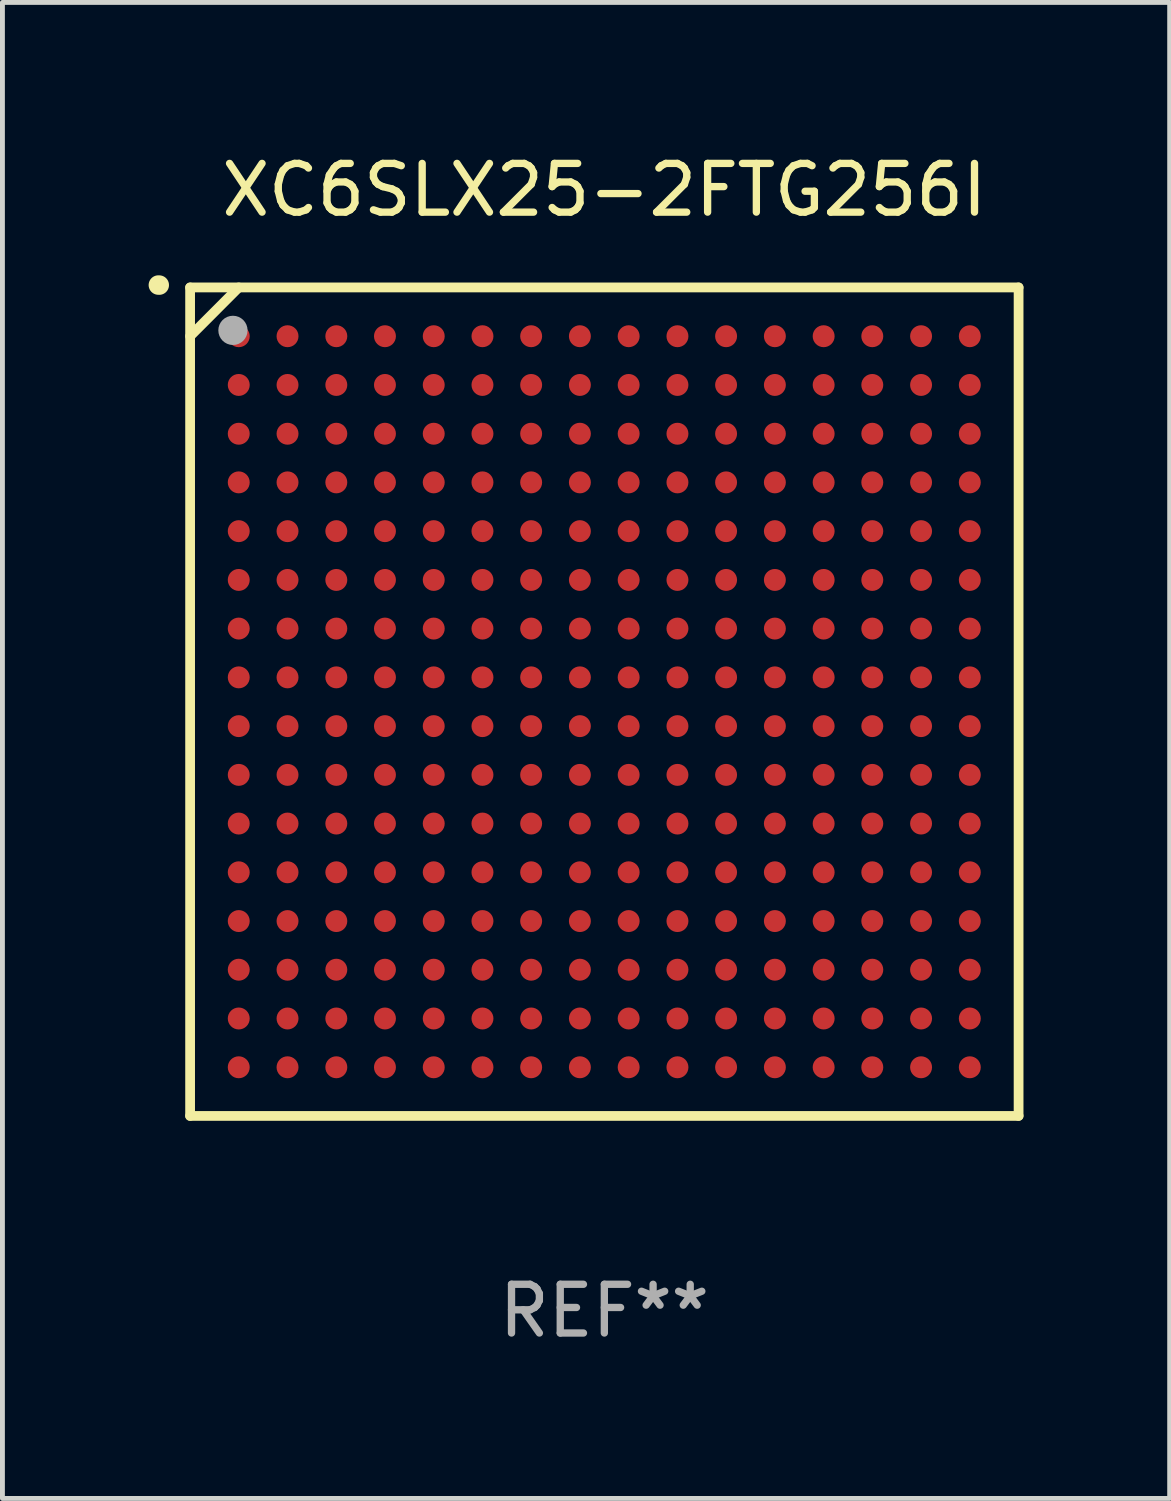
<source format=kicad_pcb>
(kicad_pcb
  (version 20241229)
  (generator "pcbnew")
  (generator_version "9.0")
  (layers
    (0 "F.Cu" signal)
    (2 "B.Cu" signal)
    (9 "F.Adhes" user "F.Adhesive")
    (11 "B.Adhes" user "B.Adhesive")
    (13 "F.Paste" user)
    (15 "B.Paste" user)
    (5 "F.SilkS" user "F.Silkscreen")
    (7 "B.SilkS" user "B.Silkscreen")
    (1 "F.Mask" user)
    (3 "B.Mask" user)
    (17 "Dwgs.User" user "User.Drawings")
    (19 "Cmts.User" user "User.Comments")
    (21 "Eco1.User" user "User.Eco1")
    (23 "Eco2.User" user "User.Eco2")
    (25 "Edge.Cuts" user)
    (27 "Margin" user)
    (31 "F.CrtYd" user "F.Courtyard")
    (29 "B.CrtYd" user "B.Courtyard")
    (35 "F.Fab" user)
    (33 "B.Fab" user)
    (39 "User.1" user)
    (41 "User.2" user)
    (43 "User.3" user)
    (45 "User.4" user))
  (footprint "XC6SLX25-2FTG256I"
    (layer "F.Cu")
    (at 9.351 11.348)
    (property "Reference" "XC6SLX25-2FTG256I" (at 0 -10.5 0) (layer "F.SilkS") (effects (font (size 1 1) (thickness 0.15))))
    (attr through_hole)
    (fp_line (start -8.5 -8.5) (end 8.5 -8.5) (stroke (width 0.2) (type solid)) (layer "F.SilkS"))
    (fp_line (start -8.5 -7.499) (end -7.502 -8.5) (stroke (width 0.2) (type solid)) (layer "F.SilkS"))
    (fp_line (start -8.5 8.5) (end -8.5 -8.5) (stroke (width 0.2) (type solid)) (layer "F.SilkS"))
    (fp_line (start 8.5 -8.5) (end 8.5 8.5) (stroke (width 0.2) (type solid)) (layer "F.SilkS"))
    (fp_line (start 8.5 8.5) (end -8.5 8.5) (stroke (width 0.2) (type solid)) (layer "F.SilkS"))
    (fp_arc (start -9.151181 -8.548768) (mid -9.142295 -8.548541) (end -9.133426 -8.547955) (stroke (width 0.4) (type solid)) (layer "F.SilkS"))
    (fp_circle (center -8.501 -8.499) (end -8.471 -8.499) (stroke (width 0.06) (type solid)) (fill no) (layer "F.SilkS"))
    (fp_circle (center -7.621 -7.619) (end -7.471 -7.619) (stroke (width 0.3) (type solid)) (fill no) (layer "F.Fab"))
    (fp_text user "REF**" (at 0 12.5 0) (layer "F.Fab") (effects (font (size 1 1) (thickness 0.15))))
    (pad "A1" smd circle (at -7.502 -7.499) (size 0.45 0.45) (layers "F.Cu" "F.Mask" "F.Paste"))
    (pad "A2" smd circle (at -6.501 -7.499) (size 0.45 0.45) (layers "F.Cu" "F.Mask" "F.Paste"))
    (pad "A3" smd circle (at -5.5 -7.499) (size 0.45 0.45) (layers "F.Cu" "F.Mask" "F.Paste"))
    (pad "A4" smd circle (at -4.502 -7.499) (size 0.45 0.45) (layers "F.Cu" "F.Mask" "F.Paste"))
    (pad "A5" smd circle (at -3.501 -7.499) (size 0.45 0.45) (layers "F.Cu" "F.Mask" "F.Paste"))
    (pad "A6" smd circle (at -2.501 -7.499) (size 0.45 0.45) (layers "F.Cu" "F.Mask" "F.Paste"))
    (pad "A7" smd circle (at -1.502 -7.499) (size 0.45 0.45) (layers "F.Cu" "F.Mask" "F.Paste"))
    (pad "A8" smd circle (at -0.502 -7.499) (size 0.45 0.45) (layers "F.Cu" "F.Mask" "F.Paste"))
    (pad "A9" smd circle (at 0.499 -7.499) (size 0.45 0.45) (layers "F.Cu" "F.Mask" "F.Paste"))
    (pad "A10" smd circle (at 1.5 -7.499) (size 0.45 0.45) (layers "F.Cu" "F.Mask" "F.Paste"))
    (pad "A11" smd circle (at 2.498 -7.499) (size 0.45 0.45) (layers "F.Cu" "F.Mask" "F.Paste"))
    (pad "A12" smd circle (at 3.499 -7.499) (size 0.45 0.45) (layers "F.Cu" "F.Mask" "F.Paste"))
    (pad "A13" smd circle (at 4.5 -7.499) (size 0.45 0.45) (layers "F.Cu" "F.Mask" "F.Paste"))
    (pad "A14" smd circle (at 5.498 -7.499) (size 0.45 0.45) (layers "F.Cu" "F.Mask" "F.Paste"))
    (pad "A15" smd circle (at 6.499 -7.499) (size 0.45 0.45) (layers "F.Cu" "F.Mask" "F.Paste"))
    (pad "A16" smd circle (at 7.499 -7.499) (size 0.45 0.45) (layers "F.Cu" "F.Mask" "F.Paste"))
    (pad "B1" smd circle (at -7.502 -6.499) (size 0.45 0.45) (layers "F.Cu" "F.Mask" "F.Paste"))
    (pad "B2" smd circle (at -6.501 -6.499) (size 0.45 0.45) (layers "F.Cu" "F.Mask" "F.Paste"))
    (pad "B3" smd circle (at -5.5 -6.499) (size 0.45 0.45) (layers "F.Cu" "F.Mask" "F.Paste"))
    (pad "B4" smd circle (at -4.502 -6.499) (size 0.45 0.45) (layers "F.Cu" "F.Mask" "F.Paste"))
    (pad "B5" smd circle (at -3.501 -6.499) (size 0.45 0.45) (layers "F.Cu" "F.Mask" "F.Paste"))
    (pad "B6" smd circle (at -2.501 -6.499) (size 0.45 0.45) (layers "F.Cu" "F.Mask" "F.Paste"))
    (pad "B7" smd circle (at -1.502 -6.499) (size 0.45 0.45) (layers "F.Cu" "F.Mask" "F.Paste"))
    (pad "B8" smd circle (at -0.502 -6.499) (size 0.45 0.45) (layers "F.Cu" "F.Mask" "F.Paste"))
    (pad "B9" smd circle (at 0.499 -6.499) (size 0.45 0.45) (layers "F.Cu" "F.Mask" "F.Paste"))
    (pad "B10" smd circle (at 1.5 -6.499) (size 0.45 0.45) (layers "F.Cu" "F.Mask" "F.Paste"))
    (pad "B11" smd circle (at 2.498 -6.499) (size 0.45 0.45) (layers "F.Cu" "F.Mask" "F.Paste"))
    (pad "B12" smd circle (at 3.499 -6.499) (size 0.45 0.45) (layers "F.Cu" "F.Mask" "F.Paste"))
    (pad "B13" smd circle (at 4.5 -6.499) (size 0.45 0.45) (layers "F.Cu" "F.Mask" "F.Paste"))
    (pad "B14" smd circle (at 5.498 -6.499) (size 0.45 0.45) (layers "F.Cu" "F.Mask" "F.Paste"))
    (pad "B15" smd circle (at 6.499 -6.499) (size 0.45 0.45) (layers "F.Cu" "F.Mask" "F.Paste"))
    (pad "B16" smd circle (at 7.499 -6.499) (size 0.45 0.45) (layers "F.Cu" "F.Mask" "F.Paste"))
    (pad "C1" smd circle (at -7.502 -5.498) (size 0.45 0.45) (layers "F.Cu" "F.Mask" "F.Paste"))
    (pad "C2" smd circle (at -6.501 -5.498) (size 0.45 0.45) (layers "F.Cu" "F.Mask" "F.Paste"))
    (pad "C3" smd circle (at -5.5 -5.498) (size 0.45 0.45) (layers "F.Cu" "F.Mask" "F.Paste"))
    (pad "C4" smd circle (at -4.502 -5.498) (size 0.45 0.45) (layers "F.Cu" "F.Mask" "F.Paste"))
    (pad "C5" smd circle (at -3.501 -5.498) (size 0.45 0.45) (layers "F.Cu" "F.Mask" "F.Paste"))
    (pad "C6" smd circle (at -2.501 -5.498) (size 0.45 0.45) (layers "F.Cu" "F.Mask" "F.Paste"))
    (pad "C7" smd circle (at -1.502 -5.498) (size 0.45 0.45) (layers "F.Cu" "F.Mask" "F.Paste"))
    (pad "C8" smd circle (at -0.502 -5.498) (size 0.45 0.45) (layers "F.Cu" "F.Mask" "F.Paste"))
    (pad "C9" smd circle (at 0.499 -5.498) (size 0.45 0.45) (layers "F.Cu" "F.Mask" "F.Paste"))
    (pad "C10" smd circle (at 1.5 -5.498) (size 0.45 0.45) (layers "F.Cu" "F.Mask" "F.Paste"))
    (pad "C11" smd circle (at 2.498 -5.498) (size 0.45 0.45) (layers "F.Cu" "F.Mask" "F.Paste"))
    (pad "C12" smd circle (at 3.499 -5.498) (size 0.45 0.45) (layers "F.Cu" "F.Mask" "F.Paste"))
    (pad "C13" smd circle (at 4.5 -5.498) (size 0.45 0.45) (layers "F.Cu" "F.Mask" "F.Paste"))
    (pad "C14" smd circle (at 5.498 -5.498) (size 0.45 0.45) (layers "F.Cu" "F.Mask" "F.Paste"))
    (pad "C15" smd circle (at 6.499 -5.498) (size 0.45 0.45) (layers "F.Cu" "F.Mask" "F.Paste"))
    (pad "C16" smd circle (at 7.499 -5.498) (size 0.45 0.45) (layers "F.Cu" "F.Mask" "F.Paste"))
    (pad "D1" smd circle (at -7.502 -4.5) (size 0.45 0.45) (layers "F.Cu" "F.Mask" "F.Paste"))
    (pad "D2" smd circle (at -6.501 -4.5) (size 0.45 0.45) (layers "F.Cu" "F.Mask" "F.Paste"))
    (pad "D3" smd circle (at -5.5 -4.5) (size 0.45 0.45) (layers "F.Cu" "F.Mask" "F.Paste"))
    (pad "D4" smd circle (at -4.502 -4.5) (size 0.45 0.45) (layers "F.Cu" "F.Mask" "F.Paste"))
    (pad "D5" smd circle (at -3.501 -4.5) (size 0.45 0.45) (layers "F.Cu" "F.Mask" "F.Paste"))
    (pad "D6" smd circle (at -2.501 -4.5) (size 0.45 0.45) (layers "F.Cu" "F.Mask" "F.Paste"))
    (pad "D7" smd circle (at -1.502 -4.5) (size 0.45 0.45) (layers "F.Cu" "F.Mask" "F.Paste"))
    (pad "D8" smd circle (at -0.502 -4.5) (size 0.45 0.45) (layers "F.Cu" "F.Mask" "F.Paste"))
    (pad "D9" smd circle (at 0.499 -4.5) (size 0.45 0.45) (layers "F.Cu" "F.Mask" "F.Paste"))
    (pad "D10" smd circle (at 1.5 -4.5) (size 0.45 0.45) (layers "F.Cu" "F.Mask" "F.Paste"))
    (pad "D11" smd circle (at 2.498 -4.5) (size 0.45 0.45) (layers "F.Cu" "F.Mask" "F.Paste"))
    (pad "D12" smd circle (at 3.499 -4.5) (size 0.45 0.45) (layers "F.Cu" "F.Mask" "F.Paste"))
    (pad "D13" smd circle (at 4.5 -4.5) (size 0.45 0.45) (layers "F.Cu" "F.Mask" "F.Paste"))
    (pad "D14" smd circle (at 5.498 -4.5) (size 0.45 0.45) (layers "F.Cu" "F.Mask" "F.Paste"))
    (pad "D15" smd circle (at 6.499 -4.5) (size 0.45 0.45) (layers "F.Cu" "F.Mask" "F.Paste"))
    (pad "D16" smd circle (at 7.499 -4.5) (size 0.45 0.45) (layers "F.Cu" "F.Mask" "F.Paste"))
    (pad "E1" smd circle (at -7.502 -3.499) (size 0.45 0.45) (layers "F.Cu" "F.Mask" "F.Paste"))
    (pad "E2" smd circle (at -6.501 -3.499) (size 0.45 0.45) (layers "F.Cu" "F.Mask" "F.Paste"))
    (pad "E3" smd circle (at -5.5 -3.499) (size 0.45 0.45) (layers "F.Cu" "F.Mask" "F.Paste"))
    (pad "E4" smd circle (at -4.502 -3.499) (size 0.45 0.45) (layers "F.Cu" "F.Mask" "F.Paste"))
    (pad "E5" smd circle (at -3.501 -3.499) (size 0.45 0.45) (layers "F.Cu" "F.Mask" "F.Paste"))
    (pad "E6" smd circle (at -2.501 -3.499) (size 0.45 0.45) (layers "F.Cu" "F.Mask" "F.Paste"))
    (pad "E7" smd circle (at -1.502 -3.499) (size 0.45 0.45) (layers "F.Cu" "F.Mask" "F.Paste"))
    (pad "E8" smd circle (at -0.502 -3.499) (size 0.45 0.45) (layers "F.Cu" "F.Mask" "F.Paste"))
    (pad "E9" smd circle (at 0.499 -3.499) (size 0.45 0.45) (layers "F.Cu" "F.Mask" "F.Paste"))
    (pad "E10" smd circle (at 1.5 -3.499) (size 0.45 0.45) (layers "F.Cu" "F.Mask" "F.Paste"))
    (pad "E11" smd circle (at 2.498 -3.499) (size 0.45 0.45) (layers "F.Cu" "F.Mask" "F.Paste"))
    (pad "E12" smd circle (at 3.499 -3.499) (size 0.45 0.45) (layers "F.Cu" "F.Mask" "F.Paste"))
    (pad "E13" smd circle (at 4.5 -3.499) (size 0.45 0.45) (layers "F.Cu" "F.Mask" "F.Paste"))
    (pad "E14" smd circle (at 5.498 -3.499) (size 0.45 0.45) (layers "F.Cu" "F.Mask" "F.Paste"))
    (pad "E15" smd circle (at 6.499 -3.499) (size 0.45 0.45) (layers "F.Cu" "F.Mask" "F.Paste"))
    (pad "E16" smd circle (at 7.499 -3.499) (size 0.45 0.45) (layers "F.Cu" "F.Mask" "F.Paste"))
    (pad "F1" smd circle (at -7.502 -2.498) (size 0.45 0.45) (layers "F.Cu" "F.Mask" "F.Paste"))
    (pad "F2" smd circle (at -6.501 -2.498) (size 0.45 0.45) (layers "F.Cu" "F.Mask" "F.Paste"))
    (pad "F3" smd circle (at -5.5 -2.498) (size 0.45 0.45) (layers "F.Cu" "F.Mask" "F.Paste"))
    (pad "F4" smd circle (at -4.502 -2.498) (size 0.45 0.45) (layers "F.Cu" "F.Mask" "F.Paste"))
    (pad "F5" smd circle (at -3.501 -2.498) (size 0.45 0.45) (layers "F.Cu" "F.Mask" "F.Paste"))
    (pad "F6" smd circle (at -2.501 -2.498) (size 0.45 0.45) (layers "F.Cu" "F.Mask" "F.Paste"))
    (pad "F7" smd circle (at -1.502 -2.498) (size 0.45 0.45) (layers "F.Cu" "F.Mask" "F.Paste"))
    (pad "F8" smd circle (at -0.502 -2.498) (size 0.45 0.45) (layers "F.Cu" "F.Mask" "F.Paste"))
    (pad "F9" smd circle (at 0.499 -2.498) (size 0.45 0.45) (layers "F.Cu" "F.Mask" "F.Paste"))
    (pad "F10" smd circle (at 1.5 -2.498) (size 0.45 0.45) (layers "F.Cu" "F.Mask" "F.Paste"))
    (pad "F11" smd circle (at 2.498 -2.498) (size 0.45 0.45) (layers "F.Cu" "F.Mask" "F.Paste"))
    (pad "F12" smd circle (at 3.499 -2.498) (size 0.45 0.45) (layers "F.Cu" "F.Mask" "F.Paste"))
    (pad "F13" smd circle (at 4.5 -2.498) (size 0.45 0.45) (layers "F.Cu" "F.Mask" "F.Paste"))
    (pad "F14" smd circle (at 5.498 -2.498) (size 0.45 0.45) (layers "F.Cu" "F.Mask" "F.Paste"))
    (pad "F15" smd circle (at 6.499 -2.498) (size 0.45 0.45) (layers "F.Cu" "F.Mask" "F.Paste"))
    (pad "F16" smd circle (at 7.499 -2.498) (size 0.45 0.45) (layers "F.Cu" "F.Mask" "F.Paste"))
    (pad "G1" smd circle (at -7.502 -1.5) (size 0.45 0.45) (layers "F.Cu" "F.Mask" "F.Paste"))
    (pad "G2" smd circle (at -6.501 -1.5) (size 0.45 0.45) (layers "F.Cu" "F.Mask" "F.Paste"))
    (pad "G3" smd circle (at -5.5 -1.5) (size 0.45 0.45) (layers "F.Cu" "F.Mask" "F.Paste"))
    (pad "G4" smd circle (at -4.502 -1.5) (size 0.45 0.45) (layers "F.Cu" "F.Mask" "F.Paste"))
    (pad "G5" smd circle (at -3.501 -1.5) (size 0.45 0.45) (layers "F.Cu" "F.Mask" "F.Paste"))
    (pad "G6" smd circle (at -2.501 -1.5) (size 0.45 0.45) (layers "F.Cu" "F.Mask" "F.Paste"))
    (pad "G7" smd circle (at -1.502 -1.5) (size 0.45 0.45) (layers "F.Cu" "F.Mask" "F.Paste"))
    (pad "G8" smd circle (at -0.502 -1.5) (size 0.45 0.45) (layers "F.Cu" "F.Mask" "F.Paste"))
    (pad "G9" smd circle (at 0.499 -1.5) (size 0.45 0.45) (layers "F.Cu" "F.Mask" "F.Paste"))
    (pad "G10" smd circle (at 1.5 -1.5) (size 0.45 0.45) (layers "F.Cu" "F.Mask" "F.Paste"))
    (pad "G11" smd circle (at 2.498 -1.5) (size 0.45 0.45) (layers "F.Cu" "F.Mask" "F.Paste"))
    (pad "G12" smd circle (at 3.499 -1.5) (size 0.45 0.45) (layers "F.Cu" "F.Mask" "F.Paste"))
    (pad "G13" smd circle (at 4.5 -1.5) (size 0.45 0.45) (layers "F.Cu" "F.Mask" "F.Paste"))
    (pad "G14" smd circle (at 5.498 -1.5) (size 0.45 0.45) (layers "F.Cu" "F.Mask" "F.Paste"))
    (pad "G15" smd circle (at 6.499 -1.5) (size 0.45 0.45) (layers "F.Cu" "F.Mask" "F.Paste"))
    (pad "G16" smd circle (at 7.499 -1.5) (size 0.45 0.45) (layers "F.Cu" "F.Mask" "F.Paste"))
    (pad "H1" smd circle (at -7.502 -0.499) (size 0.45 0.45) (layers "F.Cu" "F.Mask" "F.Paste"))
    (pad "H2" smd circle (at -6.501 -0.499) (size 0.45 0.45) (layers "F.Cu" "F.Mask" "F.Paste"))
    (pad "H3" smd circle (at -5.5 -0.499) (size 0.45 0.45) (layers "F.Cu" "F.Mask" "F.Paste"))
    (pad "H4" smd circle (at -4.502 -0.499) (size 0.45 0.45) (layers "F.Cu" "F.Mask" "F.Paste"))
    (pad "H5" smd circle (at -3.501 -0.499) (size 0.45 0.45) (layers "F.Cu" "F.Mask" "F.Paste"))
    (pad "H6" smd circle (at -2.501 -0.499) (size 0.45 0.45) (layers "F.Cu" "F.Mask" "F.Paste"))
    (pad "H7" smd circle (at -1.502 -0.499) (size 0.45 0.45) (layers "F.Cu" "F.Mask" "F.Paste"))
    (pad "H8" smd circle (at -0.502 -0.499) (size 0.45 0.45) (layers "F.Cu" "F.Mask" "F.Paste"))
    (pad "H9" smd circle (at 0.499 -0.499) (size 0.45 0.45) (layers "F.Cu" "F.Mask" "F.Paste"))
    (pad "H10" smd circle (at 1.5 -0.499) (size 0.45 0.45) (layers "F.Cu" "F.Mask" "F.Paste"))
    (pad "H11" smd circle (at 2.498 -0.499) (size 0.45 0.45) (layers "F.Cu" "F.Mask" "F.Paste"))
    (pad "H12" smd circle (at 3.499 -0.499) (size 0.45 0.45) (layers "F.Cu" "F.Mask" "F.Paste"))
    (pad "H13" smd circle (at 4.5 -0.499) (size 0.45 0.45) (layers "F.Cu" "F.Mask" "F.Paste"))
    (pad "H14" smd circle (at 5.498 -0.499) (size 0.45 0.45) (layers "F.Cu" "F.Mask" "F.Paste"))
    (pad "H15" smd circle (at 6.499 -0.499) (size 0.45 0.45) (layers "F.Cu" "F.Mask" "F.Paste"))
    (pad "H16" smd circle (at 7.499 -0.499) (size 0.45 0.45) (layers "F.Cu" "F.Mask" "F.Paste"))
    (pad "J1" smd circle (at -7.502 0.502) (size 0.45 0.45) (layers "F.Cu" "F.Mask" "F.Paste"))
    (pad "J2" smd circle (at -6.501 0.502) (size 0.45 0.45) (layers "F.Cu" "F.Mask" "F.Paste"))
    (pad "J3" smd circle (at -5.5 0.502) (size 0.45 0.45) (layers "F.Cu" "F.Mask" "F.Paste"))
    (pad "J4" smd circle (at -4.502 0.502) (size 0.45 0.45) (layers "F.Cu" "F.Mask" "F.Paste"))
    (pad "J5" smd circle (at -3.501 0.502) (size 0.45 0.45) (layers "F.Cu" "F.Mask" "F.Paste"))
    (pad "J6" smd circle (at -2.501 0.502) (size 0.45 0.45) (layers "F.Cu" "F.Mask" "F.Paste"))
    (pad "J7" smd circle (at -1.502 0.502) (size 0.45 0.45) (layers "F.Cu" "F.Mask" "F.Paste"))
    (pad "J8" smd circle (at -0.502 0.502) (size 0.45 0.45) (layers "F.Cu" "F.Mask" "F.Paste"))
    (pad "J9" smd circle (at 0.499 0.502) (size 0.45 0.45) (layers "F.Cu" "F.Mask" "F.Paste"))
    (pad "J10" smd circle (at 1.5 0.502) (size 0.45 0.45) (layers "F.Cu" "F.Mask" "F.Paste"))
    (pad "J11" smd circle (at 2.498 0.502) (size 0.45 0.45) (layers "F.Cu" "F.Mask" "F.Paste"))
    (pad "J12" smd circle (at 3.499 0.502) (size 0.45 0.45) (layers "F.Cu" "F.Mask" "F.Paste"))
    (pad "J13" smd circle (at 4.5 0.502) (size 0.45 0.45) (layers "F.Cu" "F.Mask" "F.Paste"))
    (pad "J14" smd circle (at 5.498 0.502) (size 0.45 0.45) (layers "F.Cu" "F.Mask" "F.Paste"))
    (pad "J15" smd circle (at 6.499 0.502) (size 0.45 0.45) (layers "F.Cu" "F.Mask" "F.Paste"))
    (pad "J16" smd circle (at 7.499 0.502) (size 0.45 0.45) (layers "F.Cu" "F.Mask" "F.Paste"))
    (pad "K1" smd circle (at -7.502 1.502) (size 0.45 0.45) (layers "F.Cu" "F.Mask" "F.Paste"))
    (pad "K2" smd circle (at -6.501 1.502) (size 0.45 0.45) (layers "F.Cu" "F.Mask" "F.Paste"))
    (pad "K3" smd circle (at -5.5 1.502) (size 0.45 0.45) (layers "F.Cu" "F.Mask" "F.Paste"))
    (pad "K4" smd circle (at -4.502 1.502) (size 0.45 0.45) (layers "F.Cu" "F.Mask" "F.Paste"))
    (pad "K5" smd circle (at -3.501 1.502) (size 0.45 0.45) (layers "F.Cu" "F.Mask" "F.Paste"))
    (pad "K6" smd circle (at -2.501 1.502) (size 0.45 0.45) (layers "F.Cu" "F.Mask" "F.Paste"))
    (pad "K7" smd circle (at -1.502 1.502) (size 0.45 0.45) (layers "F.Cu" "F.Mask" "F.Paste"))
    (pad "K8" smd circle (at -0.502 1.502) (size 0.45 0.45) (layers "F.Cu" "F.Mask" "F.Paste"))
    (pad "K9" smd circle (at 0.499 1.502) (size 0.45 0.45) (layers "F.Cu" "F.Mask" "F.Paste"))
    (pad "K10" smd circle (at 1.5 1.502) (size 0.45 0.45) (layers "F.Cu" "F.Mask" "F.Paste"))
    (pad "K11" smd circle (at 2.498 1.502) (size 0.45 0.45) (layers "F.Cu" "F.Mask" "F.Paste"))
    (pad "K12" smd circle (at 3.499 1.502) (size 0.45 0.45) (layers "F.Cu" "F.Mask" "F.Paste"))
    (pad "K13" smd circle (at 4.5 1.502) (size 0.45 0.45) (layers "F.Cu" "F.Mask" "F.Paste"))
    (pad "K14" smd circle (at 5.498 1.502) (size 0.45 0.45) (layers "F.Cu" "F.Mask" "F.Paste"))
    (pad "K15" smd circle (at 6.499 1.502) (size 0.45 0.45) (layers "F.Cu" "F.Mask" "F.Paste"))
    (pad "K16" smd circle (at 7.499 1.502) (size 0.45 0.45) (layers "F.Cu" "F.Mask" "F.Paste"))
    (pad "L1" smd circle (at -7.502 2.501) (size 0.45 0.45) (layers "F.Cu" "F.Mask" "F.Paste"))
    (pad "L2" smd circle (at -6.501 2.501) (size 0.45 0.45) (layers "F.Cu" "F.Mask" "F.Paste"))
    (pad "L3" smd circle (at -5.5 2.501) (size 0.45 0.45) (layers "F.Cu" "F.Mask" "F.Paste"))
    (pad "L4" smd circle (at -4.502 2.501) (size 0.45 0.45) (layers "F.Cu" "F.Mask" "F.Paste"))
    (pad "L5" smd circle (at -3.501 2.501) (size 0.45 0.45) (layers "F.Cu" "F.Mask" "F.Paste"))
    (pad "L6" smd circle (at -2.501 2.501) (size 0.45 0.45) (layers "F.Cu" "F.Mask" "F.Paste"))
    (pad "L7" smd circle (at -1.502 2.501) (size 0.45 0.45) (layers "F.Cu" "F.Mask" "F.Paste"))
    (pad "L8" smd circle (at -0.502 2.501) (size 0.45 0.45) (layers "F.Cu" "F.Mask" "F.Paste"))
    (pad "L9" smd circle (at 0.499 2.501) (size 0.45 0.45) (layers "F.Cu" "F.Mask" "F.Paste"))
    (pad "L10" smd circle (at 1.5 2.501) (size 0.45 0.45) (layers "F.Cu" "F.Mask" "F.Paste"))
    (pad "L11" smd circle (at 2.498 2.501) (size 0.45 0.45) (layers "F.Cu" "F.Mask" "F.Paste"))
    (pad "L12" smd circle (at 3.499 2.501) (size 0.45 0.45) (layers "F.Cu" "F.Mask" "F.Paste"))
    (pad "L13" smd circle (at 4.5 2.501) (size 0.45 0.45) (layers "F.Cu" "F.Mask" "F.Paste"))
    (pad "L14" smd circle (at 5.498 2.501) (size 0.45 0.45) (layers "F.Cu" "F.Mask" "F.Paste"))
    (pad "L15" smd circle (at 6.499 2.501) (size 0.45 0.45) (layers "F.Cu" "F.Mask" "F.Paste"))
    (pad "L16" smd circle (at 7.499 2.501) (size 0.45 0.45) (layers "F.Cu" "F.Mask" "F.Paste"))
    (pad "M1" smd circle (at -7.502 3.501) (size 0.45 0.45) (layers "F.Cu" "F.Mask" "F.Paste"))
    (pad "M2" smd circle (at -6.501 3.501) (size 0.45 0.45) (layers "F.Cu" "F.Mask" "F.Paste"))
    (pad "M3" smd circle (at -5.5 3.501) (size 0.45 0.45) (layers "F.Cu" "F.Mask" "F.Paste"))
    (pad "M4" smd circle (at -4.502 3.501) (size 0.45 0.45) (layers "F.Cu" "F.Mask" "F.Paste"))
    (pad "M5" smd circle (at -3.501 3.501) (size 0.45 0.45) (layers "F.Cu" "F.Mask" "F.Paste"))
    (pad "M6" smd circle (at -2.501 3.501) (size 0.45 0.45) (layers "F.Cu" "F.Mask" "F.Paste"))
    (pad "M7" smd circle (at -1.502 3.501) (size 0.45 0.45) (layers "F.Cu" "F.Mask" "F.Paste"))
    (pad "M8" smd circle (at -0.502 3.501) (size 0.45 0.45) (layers "F.Cu" "F.Mask" "F.Paste"))
    (pad "M9" smd circle (at 0.499 3.501) (size 0.45 0.45) (layers "F.Cu" "F.Mask" "F.Paste"))
    (pad "M10" smd circle (at 1.5 3.501) (size 0.45 0.45) (layers "F.Cu" "F.Mask" "F.Paste"))
    (pad "M11" smd circle (at 2.498 3.501) (size 0.45 0.45) (layers "F.Cu" "F.Mask" "F.Paste"))
    (pad "M12" smd circle (at 3.499 3.501) (size 0.45 0.45) (layers "F.Cu" "F.Mask" "F.Paste"))
    (pad "M13" smd circle (at 4.5 3.501) (size 0.45 0.45) (layers "F.Cu" "F.Mask" "F.Paste"))
    (pad "M14" smd circle (at 5.498 3.501) (size 0.45 0.45) (layers "F.Cu" "F.Mask" "F.Paste"))
    (pad "M15" smd circle (at 6.499 3.501) (size 0.45 0.45) (layers "F.Cu" "F.Mask" "F.Paste"))
    (pad "M16" smd circle (at 7.499 3.501) (size 0.45 0.45) (layers "F.Cu" "F.Mask" "F.Paste"))
    (pad "N1" smd circle (at -7.502 4.502) (size 0.45 0.45) (layers "F.Cu" "F.Mask" "F.Paste"))
    (pad "N2" smd circle (at -6.501 4.502) (size 0.45 0.45) (layers "F.Cu" "F.Mask" "F.Paste"))
    (pad "N3" smd circle (at -5.5 4.502) (size 0.45 0.45) (layers "F.Cu" "F.Mask" "F.Paste"))
    (pad "N4" smd circle (at -4.502 4.502) (size 0.45 0.45) (layers "F.Cu" "F.Mask" "F.Paste"))
    (pad "N5" smd circle (at -3.501 4.502) (size 0.45 0.45) (layers "F.Cu" "F.Mask" "F.Paste"))
    (pad "N6" smd circle (at -2.501 4.502) (size 0.45 0.45) (layers "F.Cu" "F.Mask" "F.Paste"))
    (pad "N7" smd circle (at -1.502 4.502) (size 0.45 0.45) (layers "F.Cu" "F.Mask" "F.Paste"))
    (pad "N8" smd circle (at -0.502 4.502) (size 0.45 0.45) (layers "F.Cu" "F.Mask" "F.Paste"))
    (pad "N9" smd circle (at 0.499 4.502) (size 0.45 0.45) (layers "F.Cu" "F.Mask" "F.Paste"))
    (pad "N10" smd circle (at 1.5 4.502) (size 0.45 0.45) (layers "F.Cu" "F.Mask" "F.Paste"))
    (pad "N11" smd circle (at 2.498 4.502) (size 0.45 0.45) (layers "F.Cu" "F.Mask" "F.Paste"))
    (pad "N12" smd circle (at 3.499 4.502) (size 0.45 0.45) (layers "F.Cu" "F.Mask" "F.Paste"))
    (pad "N13" smd circle (at 4.5 4.502) (size 0.45 0.45) (layers "F.Cu" "F.Mask" "F.Paste"))
    (pad "N14" smd circle (at 5.498 4.502) (size 0.45 0.45) (layers "F.Cu" "F.Mask" "F.Paste"))
    (pad "N15" smd circle (at 6.499 4.502) (size 0.45 0.45) (layers "F.Cu" "F.Mask" "F.Paste"))
    (pad "N16" smd circle (at 7.499 4.502) (size 0.45 0.45) (layers "F.Cu" "F.Mask" "F.Paste"))
    (pad "P1" smd circle (at -7.502 5.5) (size 0.45 0.45) (layers "F.Cu" "F.Mask" "F.Paste"))
    (pad "P2" smd circle (at -6.501 5.5) (size 0.45 0.45) (layers "F.Cu" "F.Mask" "F.Paste"))
    (pad "P3" smd circle (at -5.5 5.5) (size 0.45 0.45) (layers "F.Cu" "F.Mask" "F.Paste"))
    (pad "P4" smd circle (at -4.502 5.5) (size 0.45 0.45) (layers "F.Cu" "F.Mask" "F.Paste"))
    (pad "P5" smd circle (at -3.501 5.5) (size 0.45 0.45) (layers "F.Cu" "F.Mask" "F.Paste"))
    (pad "P6" smd circle (at -2.501 5.5) (size 0.45 0.45) (layers "F.Cu" "F.Mask" "F.Paste"))
    (pad "P7" smd circle (at -1.502 5.5) (size 0.45 0.45) (layers "F.Cu" "F.Mask" "F.Paste"))
    (pad "P8" smd circle (at -0.502 5.5) (size 0.45 0.45) (layers "F.Cu" "F.Mask" "F.Paste"))
    (pad "P9" smd circle (at 0.499 5.5) (size 0.45 0.45) (layers "F.Cu" "F.Mask" "F.Paste"))
    (pad "P10" smd circle (at 1.5 5.5) (size 0.45 0.45) (layers "F.Cu" "F.Mask" "F.Paste"))
    (pad "P11" smd circle (at 2.498 5.5) (size 0.45 0.45) (layers "F.Cu" "F.Mask" "F.Paste"))
    (pad "P12" smd circle (at 3.499 5.5) (size 0.45 0.45) (layers "F.Cu" "F.Mask" "F.Paste"))
    (pad "P13" smd circle (at 4.5 5.5) (size 0.45 0.45) (layers "F.Cu" "F.Mask" "F.Paste"))
    (pad "P14" smd circle (at 5.498 5.5) (size 0.45 0.45) (layers "F.Cu" "F.Mask" "F.Paste"))
    (pad "P15" smd circle (at 6.499 5.5) (size 0.45 0.45) (layers "F.Cu" "F.Mask" "F.Paste"))
    (pad "P16" smd circle (at 7.499 5.5) (size 0.45 0.45) (layers "F.Cu" "F.Mask" "F.Paste"))
    (pad "R1" smd circle (at -7.502 6.501) (size 0.45 0.45) (layers "F.Cu" "F.Mask" "F.Paste"))
    (pad "R2" smd circle (at -6.501 6.501) (size 0.45 0.45) (layers "F.Cu" "F.Mask" "F.Paste"))
    (pad "R3" smd circle (at -5.5 6.501) (size 0.45 0.45) (layers "F.Cu" "F.Mask" "F.Paste"))
    (pad "R4" smd circle (at -4.502 6.501) (size 0.45 0.45) (layers "F.Cu" "F.Mask" "F.Paste"))
    (pad "R5" smd circle (at -3.501 6.501) (size 0.45 0.45) (layers "F.Cu" "F.Mask" "F.Paste"))
    (pad "R6" smd circle (at -2.501 6.501) (size 0.45 0.45) (layers "F.Cu" "F.Mask" "F.Paste"))
    (pad "R7" smd circle (at -1.502 6.501) (size 0.45 0.45) (layers "F.Cu" "F.Mask" "F.Paste"))
    (pad "R8" smd circle (at -0.502 6.501) (size 0.45 0.45) (layers "F.Cu" "F.Mask" "F.Paste"))
    (pad "R9" smd circle (at 0.499 6.501) (size 0.45 0.45) (layers "F.Cu" "F.Mask" "F.Paste"))
    (pad "R10" smd circle (at 1.5 6.501) (size 0.45 0.45) (layers "F.Cu" "F.Mask" "F.Paste"))
    (pad "R11" smd circle (at 2.498 6.501) (size 0.45 0.45) (layers "F.Cu" "F.Mask" "F.Paste"))
    (pad "R12" smd circle (at 3.499 6.501) (size 0.45 0.45) (layers "F.Cu" "F.Mask" "F.Paste"))
    (pad "R13" smd circle (at 4.5 6.501) (size 0.45 0.45) (layers "F.Cu" "F.Mask" "F.Paste"))
    (pad "R14" smd circle (at 5.498 6.501) (size 0.45 0.45) (layers "F.Cu" "F.Mask" "F.Paste"))
    (pad "R15" smd circle (at 6.499 6.501) (size 0.45 0.45) (layers "F.Cu" "F.Mask" "F.Paste"))
    (pad "R16" smd circle (at 7.499 6.501) (size 0.45 0.45) (layers "F.Cu" "F.Mask" "F.Paste"))
    (pad "T1" smd circle (at -7.502 7.502) (size 0.45 0.45) (layers "F.Cu" "F.Mask" "F.Paste"))
    (pad "T2" smd circle (at -6.501 7.502) (size 0.45 0.45) (layers "F.Cu" "F.Mask" "F.Paste"))
    (pad "T3" smd circle (at -5.5 7.502) (size 0.45 0.45) (layers "F.Cu" "F.Mask" "F.Paste"))
    (pad "T4" smd circle (at -4.502 7.502) (size 0.45 0.45) (layers "F.Cu" "F.Mask" "F.Paste"))
    (pad "T5" smd circle (at -3.501 7.502) (size 0.45 0.45) (layers "F.Cu" "F.Mask" "F.Paste"))
    (pad "T6" smd circle (at -2.501 7.502) (size 0.45 0.45) (layers "F.Cu" "F.Mask" "F.Paste"))
    (pad "T7" smd circle (at -1.502 7.502) (size 0.45 0.45) (layers "F.Cu" "F.Mask" "F.Paste"))
    (pad "T8" smd circle (at -0.502 7.502) (size 0.45 0.45) (layers "F.Cu" "F.Mask" "F.Paste"))
    (pad "T9" smd circle (at 0.499 7.502) (size 0.45 0.45) (layers "F.Cu" "F.Mask" "F.Paste"))
    (pad "T10" smd circle (at 1.5 7.502) (size 0.45 0.45) (layers "F.Cu" "F.Mask" "F.Paste"))
    (pad "T11" smd circle (at 2.498 7.502) (size 0.45 0.45) (layers "F.Cu" "F.Mask" "F.Paste"))
    (pad "T12" smd circle (at 3.499 7.502) (size 0.45 0.45) (layers "F.Cu" "F.Mask" "F.Paste"))
    (pad "T13" smd circle (at 4.5 7.502) (size 0.45 0.45) (layers "F.Cu" "F.Mask" "F.Paste"))
    (pad "T14" smd circle (at 5.498 7.502) (size 0.45 0.45) (layers "F.Cu" "F.Mask" "F.Paste"))
    (pad "T15" smd circle (at 6.499 7.502) (size 0.45 0.45) (layers "F.Cu" "F.Mask" "F.Paste"))
    (pad "T16" smd circle (at 7.499 7.502) (size 0.45 0.45) (layers "F.Cu" "F.Mask" "F.Paste")))
  (gr_rect
    (start -3 -3)
    (end 20.951 27.697)
    (stroke (width 0.1) (type default))
    (fill no)
    (layer "Edge.Cuts")))
</source>
